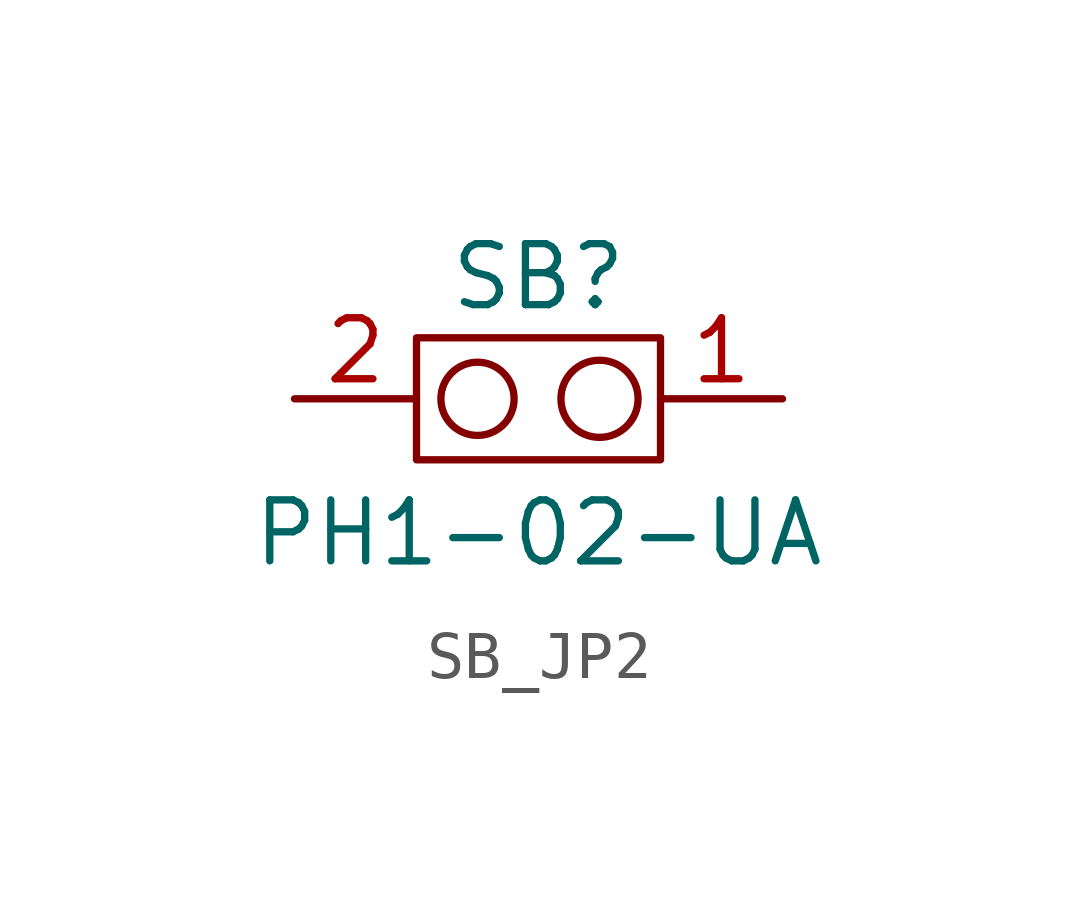
<source format=kicad_sym>
(kicad_symbol_lib
  (version 20241209)
  (generator "kicad_symbol_editor")
  (generator_version "9.0")
  (symbol "SB_JP2"
    (pin_names
      (hide yes))
    (property "Reference" "SB"
      (at 0 2.54 0)
      (effects (font (size 1.27 1.27))))
    (property "Value" "PH1-02-UA"
      (at 0 -2.794 0)
      (effects (font (size 1.27 1.27))))
    (symbol "SB_JP2_0_1"
      (circle (center -1.27 0) (radius 0.762) (stroke (width 0) (type default)) (fill (type none)))
      (circle (center 1.27 0) (radius 0.803) (stroke (width 0) (type default)) (fill (type none)))
      (rectangle (start 2.54 -1.27) (end -2.54 1.27) (stroke (width 0) (type default)) (fill (type none))))
    (symbol "SB_JP2_1_1"
      (pin passive line (at -5.08 0 0) (length 2.54) (name "2" (effects (font (size 1.27 1.27)))) (number "2" (effects (font (size 1.27 1.27)))))
      (pin passive line (at 5.08 0 180) (length 2.54) (name "1" (effects (font (size 1.27 1.27)))) (number "1" (effects (font (size 1.27 1.27))))))))
</source>
